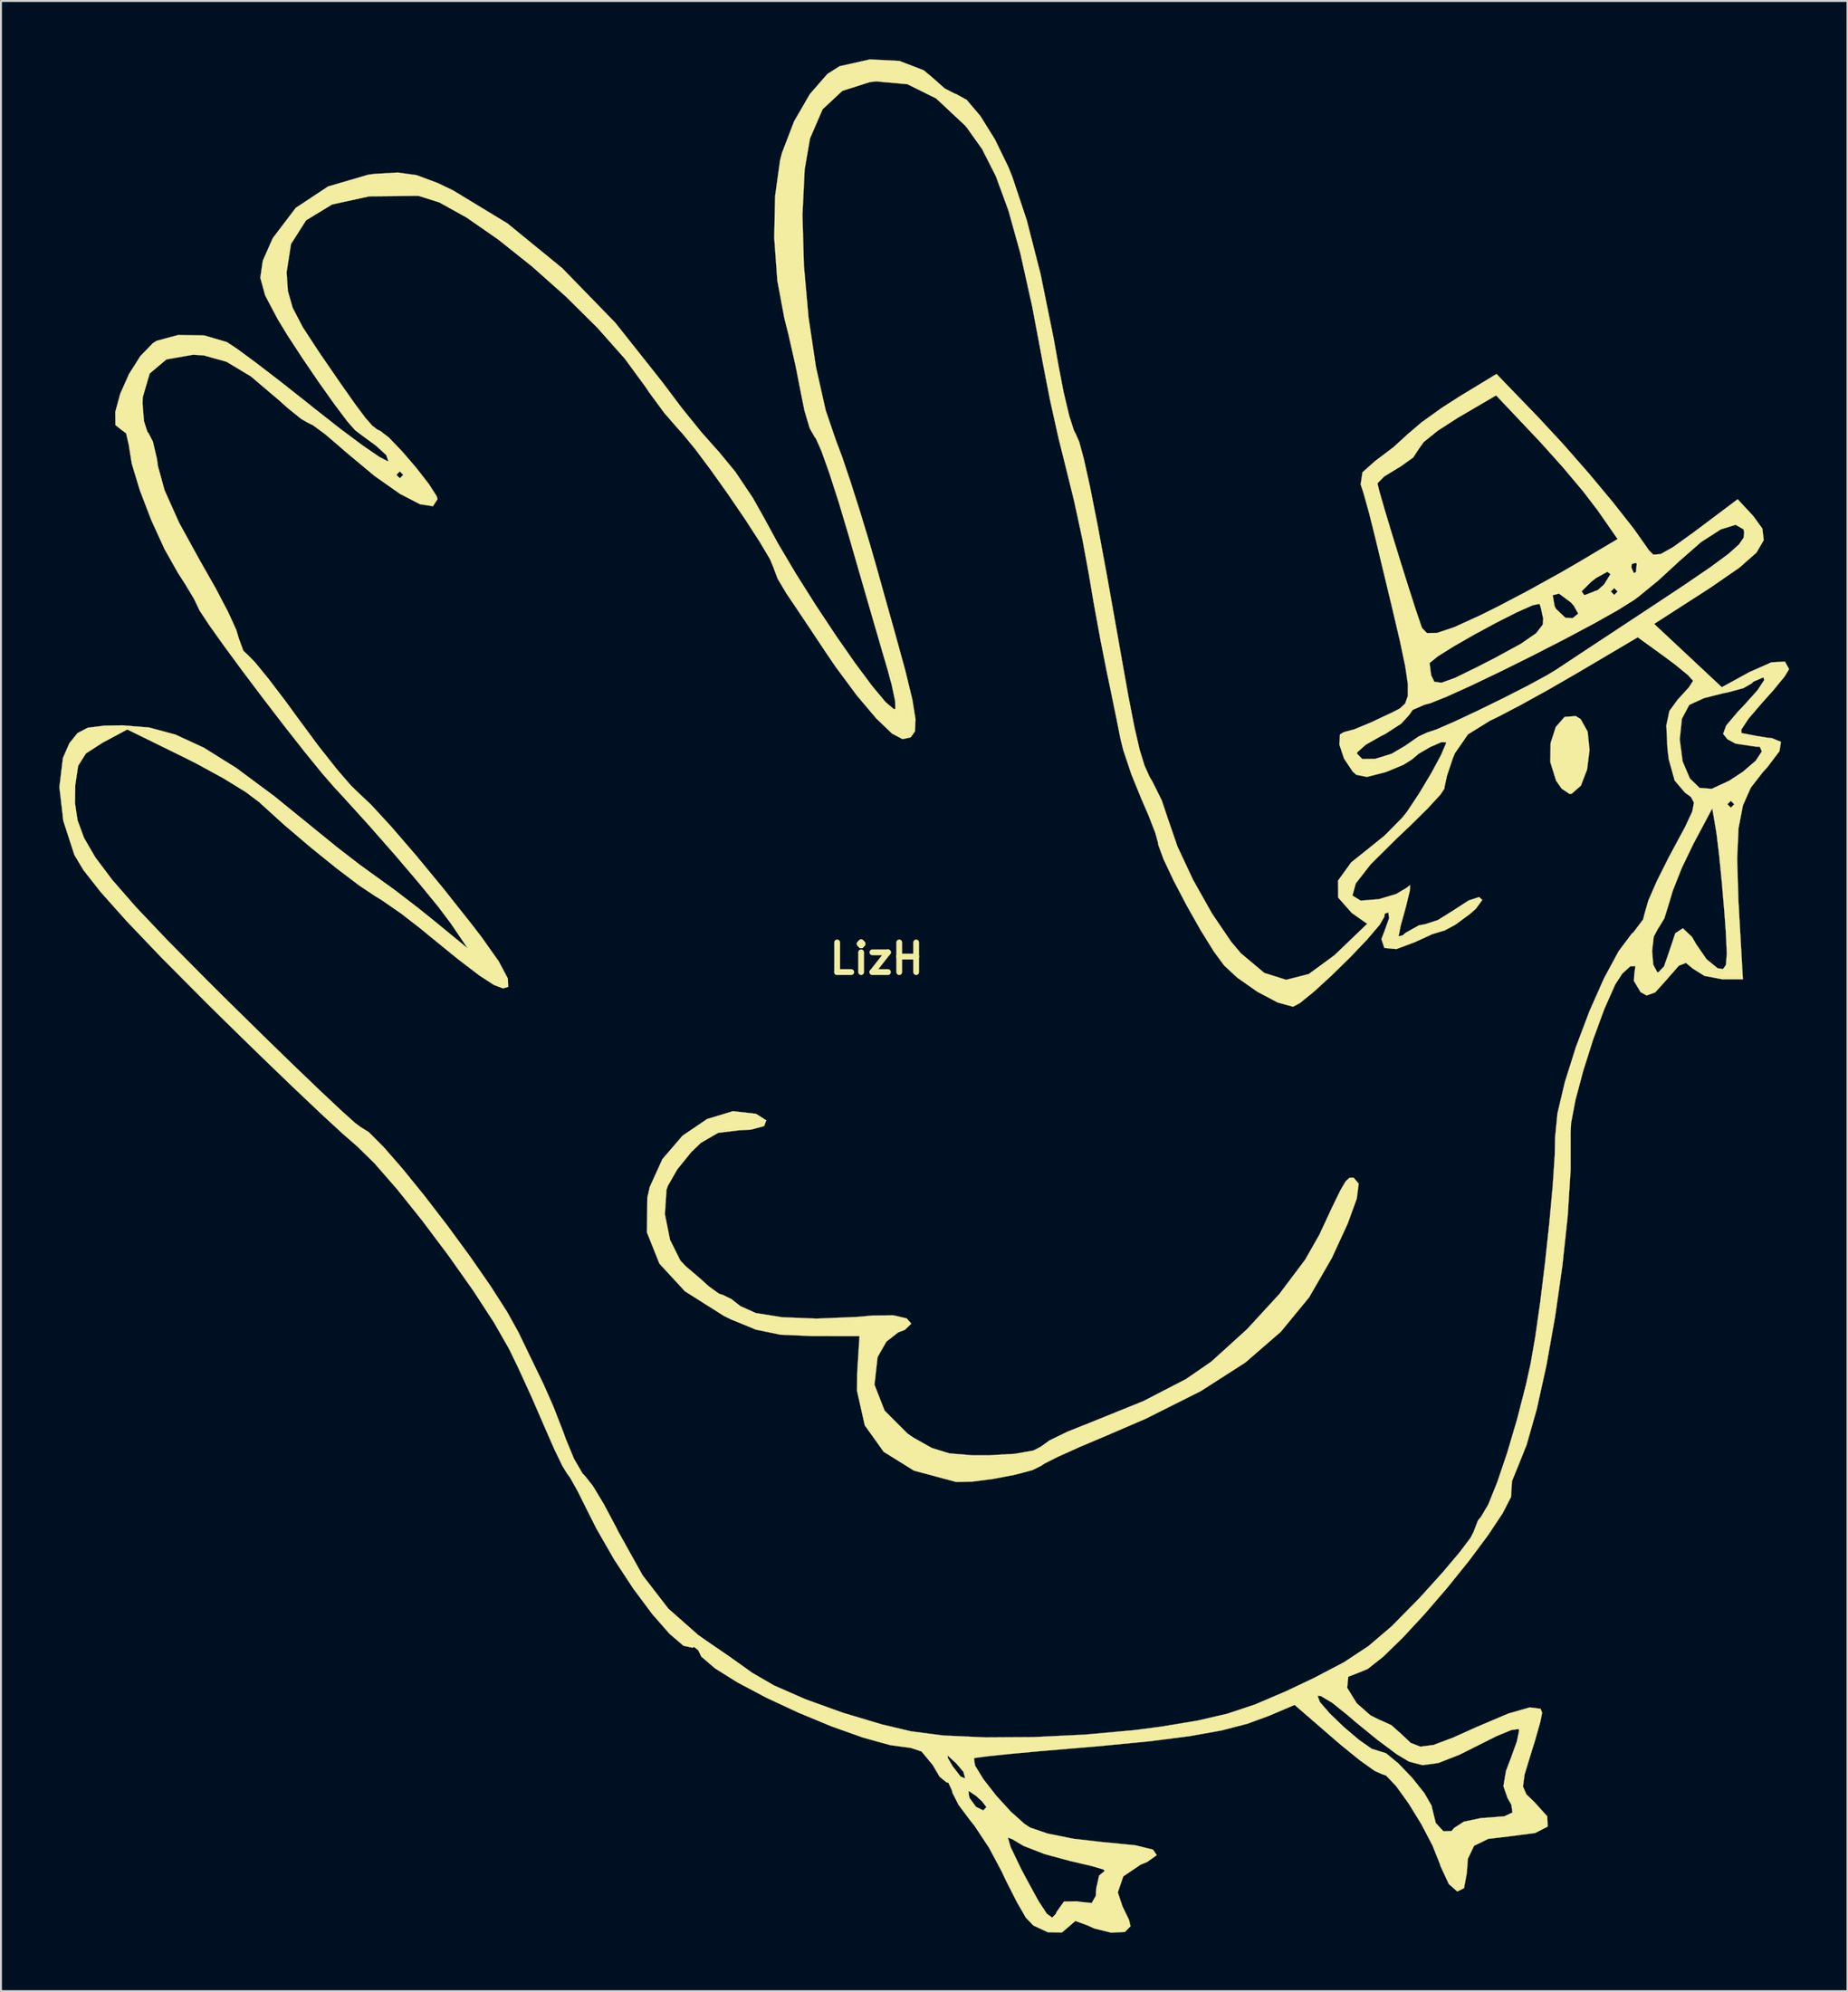
<source format=kicad_pcb>
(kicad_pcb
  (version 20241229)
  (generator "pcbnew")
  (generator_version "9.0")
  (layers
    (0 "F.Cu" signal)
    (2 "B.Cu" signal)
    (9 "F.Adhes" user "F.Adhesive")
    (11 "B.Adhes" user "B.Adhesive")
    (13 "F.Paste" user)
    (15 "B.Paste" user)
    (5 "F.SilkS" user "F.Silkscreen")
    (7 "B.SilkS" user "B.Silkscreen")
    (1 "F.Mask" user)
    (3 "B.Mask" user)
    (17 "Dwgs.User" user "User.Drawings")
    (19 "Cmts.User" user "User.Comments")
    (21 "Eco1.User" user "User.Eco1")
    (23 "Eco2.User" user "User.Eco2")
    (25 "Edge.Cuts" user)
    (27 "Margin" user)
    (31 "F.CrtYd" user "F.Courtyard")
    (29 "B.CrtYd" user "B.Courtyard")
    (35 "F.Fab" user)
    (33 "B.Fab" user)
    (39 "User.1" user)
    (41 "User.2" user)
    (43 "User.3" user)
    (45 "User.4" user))
  (footprint "LizH"
    (layer "F.Cu")
    (at 42.026 46.229)
    (property "Reference" "LizH" (at 0 0 0) (layer "F.SilkS") (effects (font (size 1.524 1.524) (thickness 0.3))))
    (attr through_hole)
    (fp_poly (pts (xy 36.197 -12.316) (xy 36.557 -11.672) (xy 36.656 -10.728) (xy 36.529 -9.724) (xy 36.211 -8.895) (xy 35.737 -8.479) (xy 35.631 -8.467) (xy 35.221 -8.741) (xy 34.937 -9.149) (xy 34.638 -10.107) (xy 34.654 -11.083) (xy 34.921 -11.911) (xy 35.374 -12.428) (xy 35.946 -12.471) (xy 36.197 -12.316)) (stroke (width 0.01) (type solid)) (fill yes) (layer "F.SilkS"))
    (fp_poly (pts (xy -6.202 7.975) (xy -5.676 8.31) (xy -5.786 8.604) (xy -6.464 8.789) (xy -7.052 8.819) (xy -8.154 8.954) (xy -9.035 9.465) (xy -9.531 9.939) (xy -10.252 10.831) (xy -10.739 11.682) (xy -10.807 11.882) (xy -10.889 13.134) (xy -10.625 14.449) (xy -10.094 15.515) (xy -9.819 15.807) (xy -9.077 16.439) (xy -8.629 16.845) (xy -8.103 17.223) (xy -7.902 17.286) (xy -7.465 17.499) (xy -7.006 17.86) (xy -6.217 18.215) (xy -4.867 18.431) (xy -3.086 18.502) (xy -1.008 18.416) (xy -0.208 18.344) (xy 0.85 18.331) (xy 1.546 18.492) (xy 1.78 18.762) (xy 1.453 19.076) (xy 1.107 19.211) (xy 0.501 19.683) (xy 0.048 20.476) (xy -0.112 21.902) (xy 0.409 23.231) (xy 1.588 24.412) (xy 1.894 24.621) (xy 2.831 25.15) (xy 3.74 25.429) (xy 4.906 25.527) (xy 5.772 25.527) (xy 7.112 25.45) (xy 8.064 25.282) (xy 8.444 25.084) (xy 8.885 24.764) (xy 9.797 24.32) (xy 10.972 23.851) (xy 13.716 22.741) (xy 15.902 21.612) (xy 17.207 20.712) (xy 19.046 19.045) (xy 20.706 17.238) (xy 22.036 15.468) (xy 22.763 14.19) (xy 23.414 12.791) (xy 23.84 11.916) (xy 24.114 11.447) (xy 24.307 11.266) (xy 24.489 11.255) (xy 24.531 11.264) (xy 24.785 11.568) (xy 24.686 12.336) (xy 24.223 13.61) (xy 23.405 15.387) (xy 22.234 17.412) (xy 20.781 19.179) (xy 18.956 20.76) (xy 16.667 22.228) (xy 13.823 23.654) (xy 11.818 24.517) (xy 10.441 25.1) (xy 9.326 25.602) (xy 8.625 25.955) (xy 8.467 26.064) (xy 8.012 26.288) (xy 7.102 26.53) (xy 5.984 26.743) (xy 4.907 26.881) (xy 4.118 26.898) (xy 4.057 26.89) (xy 1.917 26.315) (xy 0.363 25.349) (xy -0.61 23.988) (xy -1.007 22.224) (xy -1.002 21.337) (xy -0.882 19.402) (xy -3.351 19.398) (xy -4.94 19.329) (xy -6.201 19.07) (xy -7.502 18.537) (xy -7.868 18.355) (xy -9.859 17.096) (xy -11.17 15.675) (xy -11.81 14.074) (xy -11.79 12.276) (xy -11.667 11.737) (xy -11.014 10.299) (xy -9.979 9.098) (xy -8.718 8.242) (xy -7.389 7.839) (xy -6.202 7.975)) (stroke (width 0.01) (type solid)) (fill yes) (layer "F.SilkS"))
    (fp_poly (pts (xy 1.171 -46.146) (xy 2.415 -45.668) (xy 2.822 -45.332) (xy 3.501 -44.731) (xy 4.043 -44.452) (xy 4.077 -44.45) (xy 4.631 -44.143) (xy 5.33 -43.32) (xy 6.076 -42.124) (xy 6.769 -40.702) (xy 6.966 -40.217) (xy 7.719 -37.958) (xy 8.425 -35.205) (xy 9.104 -31.869) (xy 9.338 -30.55) (xy 9.617 -29.104) (xy 9.902 -27.905) (xy 10.147 -27.14) (xy 10.23 -26.988) (xy 10.412 -26.576) (xy 10.655 -25.682) (xy 10.969 -24.266) (xy 11.361 -22.284) (xy 11.841 -19.697) (xy 12.416 -16.463) (xy 12.55 -15.699) (xy 12.942 -13.503) (xy 13.257 -11.888) (xy 13.524 -10.736) (xy 13.773 -9.93) (xy 14.031 -9.352) (xy 14.182 -9.098) (xy 14.662 -8.132) (xy 14.963 -7.232) (xy 15.466 -5.769) (xy 16.274 -4.044) (xy 17.244 -2.321) (xy 18.232 -0.865) (xy 18.728 -0.278) (xy 19.928 0.73) (xy 21.058 1.087) (xy 22.221 0.789) (xy 23.521 -0.164) (xy 23.738 -0.367) (xy 25.224 -1.793) (xy 24.43 -2.351) (xy 23.734 -3.138) (xy 23.726 -4.016) (xy 24.401 -4.95) (xy 25.067 -5.482) (xy 26.116 -6.326) (xy 27.035 -7.257) (xy 27.272 -7.557) (xy 27.894 -8.494) (xy 28.513 -9.527) (xy 29.01 -10.449) (xy 29.268 -11.047) (xy 29.281 -11.124) (xy 29.031 -11.126) (xy 28.467 -10.882) (xy 27.865 -10.531) (xy 27.517 -10.236) (xy 27.093 -9.97) (xy 26.281 -9.632) (xy 26.124 -9.577) (xy 25.211 -9.343) (xy 24.668 -9.452) (xy 24.486 -9.607) (xy 24.033 -10.285) (xy 23.947 -10.543) (xy 24.694 -10.543) (xy 24.969 -10.264) (xy 25.64 -10.273) (xy 26.477 -10.532) (xy 27.164 -10.936) (xy 27.864 -11.421) (xy 28.327 -11.634) (xy 28.332 -11.634) (xy 28.798 -11.789) (xy 29.716 -12.19) (xy 30.912 -12.751) (xy 32.214 -13.388) (xy 33.449 -14.018) (xy 34.445 -14.557) (xy 34.925 -14.846) (xy 35.55 -15.26) (xy 36.62 -15.967) (xy 37.991 -16.871) (xy 39.519 -17.878) (xy 39.688 -17.989) (xy 41.551 -19.223) (xy 42.896 -20.142) (xy 43.798 -20.808) (xy 44.334 -21.286) (xy 44.579 -21.638) (xy 44.61 -21.929) (xy 44.568 -22.073) (xy 44.165 -22.304) (xy 43.402 -22.066) (xy 42.389 -21.414) (xy 41.235 -20.403) (xy 41.192 -20.361) (xy 40.192 -19.441) (xy 39.154 -18.593) (xy 38.933 -18.431) (xy 38.124 -17.924) (xy 36.904 -17.238) (xy 35.407 -16.441) (xy 33.768 -15.6) (xy 32.12 -14.781) (xy 30.597 -14.051) (xy 29.335 -13.479) (xy 28.468 -13.13) (xy 28.172 -13.055) (xy 27.559 -12.787) (xy 27.399 -12.55) (xy 26.975 -12.083) (xy 26.167 -11.561) (xy 25.95 -11.452) (xy 25.152 -11.001) (xy 24.72 -10.617) (xy 24.694 -10.543) (xy 23.947 -10.543) (xy 23.793 -11.007) (xy 23.825 -11.527) (xy 24.015 -11.642) (xy 24.562 -11.79) (xy 25.471 -12.168) (xy 25.992 -12.416) (xy 26.511 -12.658) (xy 26.906 -12.862) (xy 27.174 -13.114) (xy 27.312 -13.5) (xy 27.315 -14.106) (xy 27.182 -15.019) (xy 27.149 -15.174) (xy 28.434 -15.174) (xy 28.512 -14.565) (xy 28.677 -14.232) (xy 29.047 -14.185) (xy 29.74 -14.434) (xy 30.875 -14.989) (xy 31.785 -15.456) (xy 33.122 -16.184) (xy 33.909 -16.727) (xy 34.25 -17.169) (xy 34.274 -17.485) (xy 34.142 -18.082) (xy 34.081 -18.243) (xy 33.725 -18.164) (xy 32.935 -17.813) (xy 31.882 -17.282) (xy 30.736 -16.664) (xy 29.668 -16.051) (xy 28.849 -15.537) (xy 28.449 -15.213) (xy 28.434 -15.174) (xy 27.149 -15.174) (xy 26.907 -16.325) (xy 26.488 -18.109) (xy 25.922 -20.458) (xy 25.624 -21.696) (xy 25.317 -22.918) (xy 25.039 -23.916) (xy 24.888 -24.378) (xy 24.894 -24.419) (xy 25.753 -24.419) (xy 25.852 -24.013) (xy 26.113 -23.108) (xy 26.484 -21.876) (xy 26.91 -20.49) (xy 27.34 -19.121) (xy 27.719 -17.943) (xy 27.995 -17.128) (xy 28.042 -16.997) (xy 28.293 -16.738) (xy 28.817 -16.745) (xy 29.71 -17.045) (xy 31.067 -17.666) (xy 31.926 -18.093) (xy 33.052 -18.684) (xy 34.763 -18.684) (xy 34.857 -18.13) (xy 34.929 -17.983) (xy 35.412 -17.525) (xy 35.785 -17.503) (xy 36.076 -17.735) (xy 35.843 -18.15) (xy 35.691 -18.316) (xy 35.087 -18.766) (xy 34.763 -18.684) (xy 33.052 -18.684) (xy 33.429 -18.882) (xy 36.247 -18.882) (xy 36.373 -18.699) (xy 36.43 -18.697) (xy 36.889 -18.874) (xy 37.747 -18.874) (xy 37.924 -18.697) (xy 38.1 -18.874) (xy 37.924 -19.05) (xy 37.747 -18.874) (xy 36.889 -18.874) (xy 37.082 -18.948) (xy 37.402 -19.235) (xy 37.734 -19.769) (xy 37.571 -19.888) (xy 37.001 -19.574) (xy 36.738 -19.372) (xy 36.247 -18.882) (xy 33.429 -18.882) (xy 33.46 -18.898) (xy 35.125 -19.819) (xy 35.626 -20.108) (xy 38.806 -20.108) (xy 38.935 -19.818) (xy 39.041 -19.873) (xy 39.083 -20.292) (xy 39.041 -20.344) (xy 38.831 -20.295) (xy 38.806 -20.108) (xy 35.626 -20.108) (xy 36.071 -20.366) (xy 38.099 -21.57) (xy 37.074 -23.044) (xy 36.33 -24.017) (xy 35.291 -25.253) (xy 34.16 -26.513) (xy 33.951 -26.736) (xy 31.852 -28.955) (xy 29.868 -27.795) (xy 28.848 -27.137) (xy 28.129 -26.557) (xy 27.876 -26.203) (xy 27.587 -25.762) (xy 26.891 -25.266) (xy 26.811 -25.224) (xy 26.095 -24.785) (xy 25.757 -24.444) (xy 25.753 -24.419) (xy 24.894 -24.419) (xy 24.98 -25.001) (xy 25.621 -25.573) (xy 26.574 -26.292) (xy 27.314 -26.968) (xy 28.013 -27.565) (xy 29.066 -28.32) (xy 29.959 -28.893) (xy 31.872 -30.055) (xy 34.016 -27.834) (xy 35.291 -26.461) (xy 36.626 -24.939) (xy 37.885 -23.428) (xy 38.937 -22.09) (xy 39.645 -21.085) (xy 39.688 -21.017) (xy 39.934 -20.768) (xy 40.312 -20.797) (xy 40.954 -21.158) (xy 41.994 -21.905) (xy 42.156 -22.027) (xy 44.272 -23.616) (xy 45.08 -22.746) (xy 45.541 -22.109) (xy 45.613 -21.515) (xy 45.239 -20.875) (xy 44.363 -20.102) (xy 42.928 -19.11) (xy 42.581 -18.884) (xy 39.977 -17.208) (xy 41.717 -15.581) (xy 43.457 -13.953) (xy 44.878 -14.732) (xy 46.009 -15.232) (xy 46.703 -15.27) (xy 46.915 -14.884) (xy 46.691 -14.513) (xy 46.115 -13.807) (xy 45.518 -13.141) (xy 44.831 -12.339) (xy 44.461 -11.778) (xy 44.464 -11.598) (xy 45.127 -11.472) (xy 45.156 -11.465) (xy 45.815 -11.356) (xy 46.038 -11.333) (xy 46.497 -11.145) (xy 46.421 -10.665) (xy 45.794 -9.837) (xy 45.557 -9.577) (xy 44.948 -8.791) (xy 44.542 -7.879) (xy 44.316 -6.705) (xy 44.246 -5.135) (xy 44.309 -3.034) (xy 44.34 -2.461) (xy 44.54 1.058) (xy 43.48 1.058) (xy 42.564 0.884) (xy 41.962 0.507) (xy 41.614 0.217) (xy 41.248 0.359) (xy 40.68 1.008) (xy 40.648 1.049) (xy 40.032 1.732) (xy 39.594 1.89) (xy 39.283 1.721) (xy 38.938 1.146) (xy 38.955 0.825) (xy 39.012 0.383) (xy 38.756 0.388) (xy 38.343 0.762) (xy 37.977 1.323) (xy 37.416 2.588) (xy 36.846 4.14) (xy 36.329 5.772) (xy 35.928 7.278) (xy 35.706 8.454) (xy 35.682 8.884) (xy 35.682 10.865) (xy 35.534 13.212) (xy 35.261 15.769) (xy 34.889 18.38) (xy 34.442 20.89) (xy 33.945 23.143) (xy 33.422 24.985) (xy 32.956 26.149) (xy 32.668 26.856) (xy 32.644 27.235) (xy 32.617 27.674) (xy 32.185 28.511) (xy 31.436 29.638) (xy 30.459 30.948) (xy 29.342 32.335) (xy 28.174 33.692) (xy 27.042 34.912) (xy 26.037 35.888) (xy 25.245 36.513) (xy 24.816 36.689) (xy 24.247 36.91) (xy 24.194 37.477) (xy 24.666 38.245) (xy 24.719 38.303) (xy 25.387 38.892) (xy 25.914 39.157) (xy 25.936 39.158) (xy 26.462 39.398) (xy 26.988 39.864) (xy 27.465 40.315) (xy 27.961 40.505) (xy 28.634 40.417) (xy 29.647 40.036) (xy 30.812 39.511) (xy 32.479 38.803) (xy 33.582 38.487) (xy 34.139 38.558) (xy 34.219 38.765) (xy 34.118 39.254) (xy 33.858 40.172) (xy 33.637 40.882) (xy 33.315 41.937) (xy 33.233 42.553) (xy 33.409 42.958) (xy 33.813 43.345) (xy 34.482 44.087) (xy 34.502 44.613) (xy 33.859 44.943) (xy 32.727 45.09) (xy 31.444 45.246) (xy 30.717 45.6) (xy 30.4 46.267) (xy 30.344 47.008) (xy 30.201 47.777) (xy 29.857 47.95) (xy 29.42 47.566) (xy 28.999 46.66) (xy 28.957 46.525) (xy 28.579 45.58) (xy 28.006 44.487) (xy 27.346 43.414) (xy 26.706 42.526) (xy 26.194 41.99) (xy 25.971 41.912) (xy 25.605 41.748) (xy 24.859 41.217) (xy 23.877 40.422) (xy 23.605 40.189) (xy 21.491 38.358) (xy 20.182 38.915) (xy 19.06 39.327) (xy 17.743 39.669) (xy 16.115 39.962) (xy 14.059 40.225) (xy 11.461 40.478) (xy 10.231 40.581) (xy 8.413 40.735) (xy 6.863 40.878) (xy 5.71 40.998) (xy 5.079 41.082) (xy 5.001 41.103) (xy 5.06 41.48) (xy 5.488 42.176) (xy 6.147 43.021) (xy 6.898 43.845) (xy 7.602 44.475) (xy 7.894 44.665) (xy 8.79 44.971) (xy 10.118 45.238) (xy 11.603 45.411) (xy 11.73 45.42) (xy 13.318 45.577) (xy 14.208 45.797) (xy 14.402 46.081) (xy 13.906 46.432) (xy 13.573 46.57) (xy 12.682 47.171) (xy 12.4 47.996) (xy 12.644 48.725) (xy 12.977 49.409) (xy 13.053 49.737) (xy 12.765 50.029) (xy 12.066 50.066) (xy 11.197 49.853) (xy 10.842 49.691) (xy 10.218 49.464) (xy 9.953 49.691) (xy 9.526 50.057) (xy 8.805 50.044) (xy 8.057 49.697) (xy 7.673 49.297) (xy 7.208 48.489) (xy 6.648 47.385) (xy 6.428 46.916) (xy 5.781 45.704) (xy 5.43 45.174) (xy 6.746 45.174) (xy 6.891 45.671) (xy 7.414 46.759) (xy 7.637 47.185) (xy 8.309 48.417) (xy 8.749 49.094) (xy 9.027 49.294) (xy 9.215 49.097) (xy 9.257 48.994) (xy 9.632 48.466) (xy 10.315 48.454) (xy 10.409 48.476) (xy 11.057 48.543) (xy 11.274 48.165) (xy 11.289 47.808) (xy 11.439 47.131) (xy 11.73 46.891) (xy 11.647 46.812) (xy 11.01 46.629) (xy 9.956 46.383) (xy 9.92 46.375) (xy 8.631 46.024) (xy 7.545 45.602) (xy 6.979 45.263) (xy 6.746 45.174) (xy 5.43 45.174) (xy 5.032 44.573) (xy 4.793 44.274) (xy 4.207 43.489) (xy 3.896 42.871) (xy 3.881 42.775) (xy 4.725 42.775) (xy 4.751 43.054) (xy 4.792 43.165) (xy 5.109 43.599) (xy 5.485 43.783) (xy 5.644 43.611) (xy 5.41 43.307) (xy 5.107 43.032) (xy 4.725 42.775) (xy 3.881 42.775) (xy 3.881 42.774) (xy 3.693 42.364) (xy 3.584 42.333) (xy 3.237 42.049) (xy 2.886 41.451) (xy 2.48 40.959) (xy 3.65 40.959) (xy 3.661 41.088) (xy 3.916 41.524) (xy 4.318 42.044) (xy 4.552 42.133) (xy 4.461 41.797) (xy 4.085 41.355) (xy 3.65 40.959) (xy 2.48 40.959) (xy 2.309 40.752) (xy 1.761 40.569) (xy 0.696 40.426) (xy -0.714 40.034) (xy -2.335 39.456) (xy -4.037 38.751) (xy -5.688 37.98) (xy -7.155 37.203) (xy -8.308 36.482) (xy -9.014 35.876) (xy -9.172 35.551) (xy -9.383 35.38) (xy -9.468 35.419) (xy -9.931 35.318) (xy -10.649 34.705) (xy -11.539 33.689) (xy -12.517 32.377) (xy -13.501 30.878) (xy -14.407 29.3) (xy -14.861 28.399) (xy -15.362 27.393) (xy -15.763 26.676) (xy -15.923 26.458) (xy -16.163 26.066) (xy -16.579 25.203) (xy -17.084 24.051) (xy -17.11 23.989) (xy -17.749 22.519) (xy -18.428 21.035) (xy -18.898 20.063) (xy -19.672 18.709) (xy -20.744 17.064) (xy -22.006 15.276) (xy -23.346 13.491) (xy -24.654 11.856) (xy -25.82 10.519) (xy -26.732 9.625) (xy -26.78 9.586) (xy -27.49 8.967) (xy -28.604 7.938) (xy -30.03 6.587) (xy -31.674 5.003) (xy -33.443 3.276) (xy -34.477 2.255) (xy -36.775 -0.056) (xy -38.573 -1.939) (xy -39.899 -3.426) (xy -40.784 -4.551) (xy -41.252 -5.334) (xy -41.821 -7.088) (xy -41.925 -7.992) (xy -41.22 -7.992) (xy -41.088 -7.115) (xy -40.758 -6.214) (xy -40.182 -5.219) (xy -39.309 -4.057) (xy -38.09 -2.66) (xy -36.473 -0.955) (xy -34.41 1.128) (xy -33.389 2.142) (xy -31.619 3.883) (xy -30.009 5.449) (xy -28.628 6.773) (xy -27.545 7.79) (xy -26.828 8.436) (xy -26.55 8.645) (xy -26.109 8.921) (xy -25.357 9.674) (xy -24.378 10.797) (xy -23.256 12.18) (xy -22.074 13.715) (xy -20.916 15.294) (xy -19.864 16.809) (xy -19.002 18.152) (xy -18.423 19.196) (xy -17.828 20.428) (xy -17.236 21.65) (xy -17.128 21.872) (xy -16.623 23.017) (xy -16.107 24.341) (xy -15.984 24.685) (xy -15.562 25.707) (xy -15.127 26.455) (xy -14.967 26.626) (xy -14.591 27.103) (xy -14.03 28.034) (xy -13.392 29.234) (xy -13.282 29.457) (xy -12.031 31.701) (xy -10.707 33.414) (xy -9.168 34.771) (xy -8.732 35.076) (xy -7.639 35.824) (xy -6.597 36.564) (xy -6.402 36.706) (xy -5.276 37.359) (xy -3.657 38.068) (xy -1.743 38.759) (xy 0.264 39.359) (xy 1.764 39.715) (xy 3.424 39.931) (xy 5.593 40.029) (xy 8.084 40.013) (xy 10.711 39.886) (xy 13.287 39.651) (xy 14.64 39.474) (xy 16.498 39.166) (xy 18.015 38.815) (xy 19.447 38.339) (xy 20.501 37.889) (xy 22.671 37.889) (xy 22.79 38.21) (xy 23.3 38.799) (xy 24.028 39.5) (xy 24.804 40.156) (xy 25.453 40.613) (xy 25.796 40.719) (xy 26.19 40.843) (xy 26.825 41.365) (xy 27.537 42.108) (xy 28.162 42.892) (xy 28.534 43.539) (xy 28.575 43.728) (xy 28.748 44.428) (xy 29.141 44.854) (xy 29.563 44.841) (xy 29.691 44.686) (xy 30.192 44.362) (xy 31.08 44.175) (xy 31.256 44.164) (xy 32.273 44.085) (xy 32.695 43.888) (xy 32.632 43.479) (xy 32.443 43.15) (xy 32.228 42.536) (xy 32.363 41.744) (xy 32.6 41.121) (xy 32.918 40.244) (xy 33.034 39.679) (xy 33.013 39.598) (xy 32.635 39.649) (xy 31.872 39.964) (xy 31.509 40.146) (xy 29.974 40.916) (xy 28.881 41.344) (xy 28.069 41.455) (xy 27.377 41.274) (xy 26.74 40.893) (xy 25.743 40.148) (xy 24.616 39.23) (xy 24.222 38.89) (xy 23.422 38.248) (xy 22.842 37.903) (xy 22.671 37.889) (xy 20.501 37.889) (xy 21.048 37.656) (xy 22.497 36.968) (xy 24.032 36.163) (xy 25.286 35.335) (xy 26.486 34.312) (xy 27.856 32.921) (xy 28.053 32.709) (xy 29.122 31.524) (xy 29.983 30.503) (xy 30.537 29.77) (xy 30.692 29.469) (xy 30.918 28.88) (xy 31.082 28.678) (xy 31.444 28.066) (xy 31.906 26.923) (xy 32.419 25.407) (xy 32.93 23.676) (xy 33.389 21.889) (xy 33.626 20.814) (xy 33.868 19.427) (xy 34.123 17.63) (xy 34.371 15.612) (xy 34.591 13.56) (xy 34.764 11.664) (xy 34.867 10.11) (xy 34.886 9.172) (xy 35.007 7.948) (xy 35.386 6.346) (xy 35.956 4.538) (xy 36.651 2.699) (xy 37.404 1.001) (xy 38.15 -0.382) (xy 38.168 -0.405) (xy 39.872 -0.405) (xy 39.931 0.307) (xy 40.135 0.694) (xy 40.189 0.706) (xy 40.483 0.402) (xy 40.741 -0.332) (xy 40.745 -0.349) (xy 41.064 -1.305) (xy 41.453 -1.561) (xy 41.922 -1.12) (xy 42.129 -0.76) (xy 42.672 0.028) (xy 43.239 0.49) (xy 43.244 0.492) (xy 43.519 0.535) (xy 43.671 0.32) (xy 43.714 -0.274) (xy 43.664 -1.37) (xy 43.59 -2.376) (xy 43.458 -3.935) (xy 43.316 -5.357) (xy 43.19 -6.396) (xy 43.159 -6.597) (xy 42.967 -7.726) (xy 41.99 -5.891) (xy 41.398 -4.662) (xy 40.933 -3.487) (xy 40.764 -2.914) (xy 40.502 -2.071) (xy 40.206 -1.582) (xy 40.19 -1.571) (xy 39.958 -1.134) (xy 39.872 -0.405) (xy 38.168 -0.405) (xy 38.822 -1.278) (xy 38.921 -1.366) (xy 39.408 -2.011) (xy 39.516 -2.424) (xy 39.68 -2.99) (xy 40.111 -3.978) (xy 40.724 -5.201) (xy 40.901 -5.53) (xy 41.573 -6.78) (xy 41.937 -7.561) (xy 42.01 -7.938) (xy 43.744 -7.938) (xy 43.921 -7.761) (xy 44.097 -7.938) (xy 43.921 -8.114) (xy 43.744 -7.938) (xy 42.01 -7.938) (xy 42.026 -8.021) (xy 41.872 -8.31) (xy 41.557 -8.543) (xy 41.033 -9.158) (xy 40.731 -10.241) (xy 40.66 -10.821) (xy 40.639 -11.273) (xy 41.293 -11.273) (xy 41.44 -10.142) (xy 41.814 -9.265) (xy 42.317 -8.777) (xy 42.941 -8.731) (xy 43.835 -9.146) (xy 44.538 -9.606) (xy 45.197 -10.171) (xy 45.516 -10.653) (xy 45.41 -10.896) (xy 45.244 -10.894) (xy 44.165 -11.055) (xy 43.747 -11.28) (xy 43.525 -11.557) (xy 43.682 -11.984) (xy 44.282 -12.694) (xy 44.612 -13.038) (xy 45.293 -13.8) (xy 45.635 -14.317) (xy 45.601 -14.464) (xy 45.069 -14.235) (xy 45.009 -14.159) (xy 44.565 -13.905) (xy 43.717 -13.677) (xy 43.545 -13.647) (xy 42.552 -13.397) (xy 41.822 -13.064) (xy 41.773 -13.027) (xy 41.403 -12.332) (xy 41.293 -11.273) (xy 40.639 -11.273) (xy 40.605 -11.989) (xy 40.763 -12.734) (xy 41.194 -13.324) (xy 41.234 -13.365) (xy 41.765 -13.947) (xy 41.981 -14.285) (xy 41.72 -14.574) (xy 41.056 -15.118) (xy 40.558 -15.49) (xy 39.135 -16.521) (xy 36.05 -14.699) (xy 34.559 -13.838) (xy 33.124 -13.045) (xy 31.961 -12.437) (xy 31.537 -12.233) (xy 30.405 -11.531) (xy 29.73 -10.556) (xy 29.623 -10.293) (xy 29.327 -9.407) (xy 29.197 -8.825) (xy 29.201 -8.756) (xy 28.986 -8.43) (xy 28.356 -7.747) (xy 27.422 -6.822) (xy 26.764 -6.202) (xy 25.4 -4.849) (xy 24.634 -3.864) (xy 24.465 -3.243) (xy 24.89 -2.982) (xy 25.828 -3.06) (xy 26.712 -3.324) (xy 27.269 -3.654) (xy 27.283 -3.671) (xy 27.43 -3.784) (xy 27.41 -3.472) (xy 27.208 -2.645) (xy 26.94 -1.676) (xy 26.838 -1.148) (xy 27.047 -1.199) (xy 27.186 -1.323) (xy 27.882 -1.713) (xy 28.205 -1.772) (xy 28.857 -1.984) (xy 29.633 -2.469) (xy 30.437 -2.991) (xy 30.977 -3.167) (xy 31.14 -3.019) (xy 30.812 -2.567) (xy 30.515 -2.304) (xy 29.747 -1.74) (xy 29.18 -1.437) (xy 29.104 -1.422) (xy 28.569 -1.26) (xy 27.757 -0.888) (xy 27.716 -0.867) (xy 26.722 -0.493) (xy 26.105 -0.551) (xy 25.956 -1.007) (xy 26.119 -1.436) (xy 26.35 -2.083) (xy 26.311 -2.382) (xy 26.123 -2.313) (xy 26.106 -2.158) (xy 25.864 -1.741) (xy 25.236 -1.004) (xy 24.366 -0.09) (xy 23.401 0.857) (xy 22.486 1.694) (xy 21.767 2.279) (xy 21.409 2.469) (xy 20.619 2.252) (xy 19.576 1.7) (xy 18.535 0.97) (xy 17.868 0.35) (xy 17.335 -0.375) (xy 16.66 -1.463) (xy 15.94 -2.736) (xy 15.272 -4.011) (xy 14.754 -5.108) (xy 14.483 -5.846) (xy 14.464 -5.978) (xy 14.327 -6.47) (xy 13.975 -7.377) (xy 13.621 -8.192) (xy 13.099 -9.473) (xy 12.684 -10.713) (xy 12.54 -11.289) (xy 12.338 -12.303) (xy 12.057 -13.674) (xy 11.819 -14.817) (xy 11.504 -16.409) (xy 11.165 -18.263) (xy 10.912 -19.756) (xy 10.584 -21.538) (xy 10.154 -23.524) (xy 9.778 -25.047) (xy 9.345 -26.787) (xy 8.921 -28.69) (xy 8.632 -30.163) (xy 7.999 -33.521) (xy 7.389 -36.261) (xy 6.774 -38.466) (xy 6.129 -40.222) (xy 5.425 -41.612) (xy 4.635 -42.721) (xy 4.529 -42.844) (xy 3.057 -44.219) (xy 1.582 -44.951) (xy -0.016 -45.095) (xy -0.346 -45.06) (xy -1.765 -44.609) (xy -2.779 -43.662) (xy -3.426 -42.166) (xy -3.702 -40.569) (xy -3.815 -38.236) (xy -3.741 -35.633) (xy -3.502 -32.957) (xy -3.12 -30.409) (xy -2.62 -28.186) (xy -2.091 -26.635) (xy -1.779 -25.809) (xy -1.341 -24.511) (xy -0.843 -22.947) (xy -0.351 -21.325) (xy -0.001 -20.108) (xy 0.395 -18.689) (xy 0.812 -17.204) (xy 0.889 -16.933) (xy 1.466 -14.839) (xy 1.834 -13.326) (xy 1.999 -12.304) (xy 1.969 -11.684) (xy 1.75 -11.376) (xy 1.35 -11.289) (xy 1.327 -11.289) (xy 0.788 -11.573) (xy -0.027 -12.358) (xy -1.027 -13.541) (xy -2.121 -15.019) (xy -2.61 -15.739) (xy -3.413 -16.946) (xy -4.155 -18.055) (xy -4.639 -18.771) (xy -5.092 -19.534) (xy -5.291 -20.067) (xy -5.292 -20.08) (xy -5.487 -20.54) (xy -6.008 -21.419) (xy -6.753 -22.57) (xy -7.624 -23.849) (xy -8.521 -25.111) (xy -9.344 -26.211) (xy -9.995 -27.002) (xy -10.147 -27.164) (xy -10.922 -28.055) (xy -11.718 -29.138) (xy -11.865 -29.363) (xy -12.947 -30.838) (xy -14.359 -32.429) (xy -15.989 -34.044) (xy -17.728 -35.589) (xy -19.464 -36.971) (xy -21.087 -38.097) (xy -22.485 -38.874) (xy -23.548 -39.209) (xy -23.6 -39.213) (xy -26.091 -39.186) (xy -28 -38.769) (xy -29.338 -37.954) (xy -30.113 -36.738) (xy -30.339 -35.279) (xy -30.275 -34.323) (xy -30.026 -33.452) (xy -29.503 -32.45) (xy -28.663 -31.166) (xy -27.578 -29.588) (xy -26.812 -28.5) (xy -26.291 -27.803) (xy -25.94 -27.403) (xy -25.684 -27.202) (xy -25.527 -27.131) (xy -25.085 -26.791) (xy -24.412 -26.092) (xy -23.67 -25.228) (xy -23.021 -24.393) (xy -22.628 -23.779) (xy -22.578 -23.624) (xy -22.814 -23.259) (xy -23.478 -23.36) (xy -24.501 -23.889) (xy -25.813 -24.81) (xy -25.885 -24.871) (xy -24.694 -24.871) (xy -24.518 -24.694) (xy -24.342 -24.871) (xy -24.518 -25.047) (xy -24.694 -24.871) (xy -25.885 -24.871) (xy -27.345 -26.087) (xy -27.541 -26.262) (xy -28.367 -26.968) (xy -28.989 -27.424) (xy -29.193 -27.52) (xy -29.586 -27.743) (xy -30.284 -28.305) (xy -30.692 -28.672) (xy -32.176 -29.931) (xy -33.428 -30.683) (xy -34.602 -31.012) (xy -35.149 -31.044) (xy -36.521 -30.804) (xy -37.381 -30.078) (xy -37.736 -28.86) (xy -37.747 -28.541) (xy -37.674 -27.629) (xy -37.492 -27.066) (xy -37.441 -27.016) (xy -37.214 -26.578) (xy -37.009 -25.702) (xy -36.955 -25.32) (xy -36.618 -24.089) (xy -35.868 -22.412) (xy -34.795 -20.461) (xy -33.989 -19.045) (xy -33.341 -17.808) (xy -32.926 -16.899) (xy -32.812 -16.51) (xy -32.566 -15.831) (xy -32.35 -15.628) (xy -31.964 -15.237) (xy -31.281 -14.401) (xy -30.406 -13.254) (xy -29.692 -12.275) (xy -28.698 -10.932) (xy -27.768 -9.755) (xy -27.027 -8.896) (xy -26.69 -8.57) (xy -25.985 -7.903) (xy -24.953 -6.782) (xy -23.69 -5.318) (xy -22.291 -3.622) (xy -20.851 -1.807) (xy -20.32 -1.118) (xy -19.43 0.139) (xy -18.964 1.02) (xy -18.947 1.449) (xy -19.211 1.527) (xy -19.677 1.35) (xy -20.423 0.867) (xy -21.525 0.026) (xy -23.062 -1.224) (xy -23.411 -1.514) (xy -24.45 -2.32) (xy -25.463 -3.02) (xy -25.788 -3.216) (xy -26.608 -3.764) (xy -27.775 -4.648) (xy -29.113 -5.729) (xy -30.449 -6.866) (xy -31.61 -7.917) (xy -31.736 -8.037) (xy -32.443 -8.567) (xy -33.588 -9.271) (xy -34.972 -10.026) (xy -35.568 -10.327) (xy -38.531 -11.782) (xy -39.815 -11.094) (xy -40.659 -10.548) (xy -41.057 -9.917) (xy -41.207 -8.915) (xy -41.22 -7.992) (xy -41.925 -7.992) (xy -42.021 -8.818) (xy -41.842 -10.314) (xy -41.507 -11.077) (xy -41.091 -11.594) (xy -40.564 -11.871) (xy -39.708 -11.979) (xy -38.772 -11.994) (xy -37.413 -11.884) (xy -36.052 -11.518) (xy -34.591 -10.843) (xy -32.931 -9.806) (xy -30.973 -8.354) (xy -28.928 -6.692) (xy -27.741 -5.728) (xy -26.569 -4.824) (xy -25.753 -4.234) (xy -24.786 -3.537) (xy -23.593 -2.622) (xy -22.772 -1.963) (xy -21.026 -0.529) (xy -21.901 -1.82) (xy -22.53 -2.656) (xy -23.52 -3.867) (xy -24.749 -5.31) (xy -26.098 -6.845) (xy -27.445 -8.331) (xy -27.869 -8.787) (xy -28.516 -9.53) (xy -29.4 -10.617) (xy -30.435 -11.932) (xy -31.533 -13.361) (xy -32.607 -14.786) (xy -33.569 -16.093) (xy -34.332 -17.165) (xy -34.808 -17.888) (xy -34.925 -18.13) (xy -35.103 -18.502) (xy -35.558 -19.259) (xy -35.924 -19.826) (xy -36.612 -21.045) (xy -37.295 -22.538) (xy -37.887 -24.081) (xy -38.302 -25.452) (xy -38.453 -26.406) (xy -38.591 -27.007) (xy -38.806 -27.164) (xy -39.14 -27.429) (xy -39.147 -28.111) (xy -38.892 -29.043) (xy -38.441 -30.054) (xy -37.859 -30.976) (xy -37.212 -31.64) (xy -37.025 -31.759) (xy -35.91 -32.06) (xy -34.572 -32.036) (xy -33.412 -31.695) (xy -33.404 -31.691) (xy -32.847 -31.321) (xy -31.873 -30.602) (xy -30.613 -29.633) (xy -29.196 -28.513) (xy -28.968 -28.33) (xy -27.606 -27.259) (xy -26.443 -26.391) (xy -25.586 -25.803) (xy -25.141 -25.569) (xy -25.108 -25.575) (xy -25.217 -25.89) (xy -25.751 -26.376) (xy -25.754 -26.378) (xy -26.433 -26.875) (xy -26.816 -27.164) (xy -27.212 -27.613) (xy -27.873 -28.491) (xy -28.684 -29.632) (xy -29.529 -30.873) (xy -30.295 -32.046) (xy -30.797 -32.871) (xy -31.44 -34.09) (xy -31.69 -35.001) (xy -31.564 -35.875) (xy -31.076 -36.979) (xy -31.037 -37.055) (xy -29.87 -38.593) (xy -28.204 -39.695) (xy -26.142 -40.298) (xy -25.798 -40.342) (xy -24.627 -40.41) (xy -23.654 -40.275) (xy -22.569 -39.87) (xy -21.786 -39.496) (xy -18.985 -37.796) (xy -16.168 -35.495) (xy -13.439 -32.69) (xy -11.015 -29.633) (xy -10.033 -28.326) (xy -9.01 -27.062) (xy -8.159 -26.104) (xy -8.124 -26.068) (xy -7.272 -25.035) (xy -6.374 -23.698) (xy -5.821 -22.718) (xy -5.069 -21.337) (xy -4.15 -19.787) (xy -3.133 -18.175) (xy -2.092 -16.604) (xy -1.098 -15.179) (xy -0.223 -14.005) (xy 0.461 -13.187) (xy 0.883 -12.829) (xy 0.96 -12.836) (xy 0.953 -13.231) (xy 0.772 -14.086) (xy 0.557 -14.874) (xy 0.252 -15.915) (xy -0.194 -17.447) (xy -0.725 -19.28) (xy -1.287 -21.226) (xy -1.417 -21.679) (xy -1.944 -23.443) (xy -2.433 -24.959) (xy -2.84 -26.098) (xy -3.122 -26.735) (xy -3.189 -26.82) (xy -3.442 -27.266) (xy -3.713 -28.18) (xy -3.87 -28.954) (xy -4.163 -30.45) (xy -4.542 -32.118) (xy -4.744 -32.914) (xy -5.106 -34.854) (xy -5.266 -37.044) (xy -5.221 -39.199) (xy -4.966 -41.037) (xy -4.87 -41.41) (xy -4.247 -43.037) (xy -3.428 -44.451) (xy -2.532 -45.477) (xy -1.904 -45.875) (xy -0.345 -46.224) (xy 1.171 -46.146)) (stroke (width 0.01) (type solid)) (fill yes) (layer "F.SilkS")))
  (gr_rect
    (start -3 -3)
    (end 91.946 99.3)
    (stroke (width 0.1) (type default))
    (fill no)
    (layer "Edge.Cuts")))
</source>
